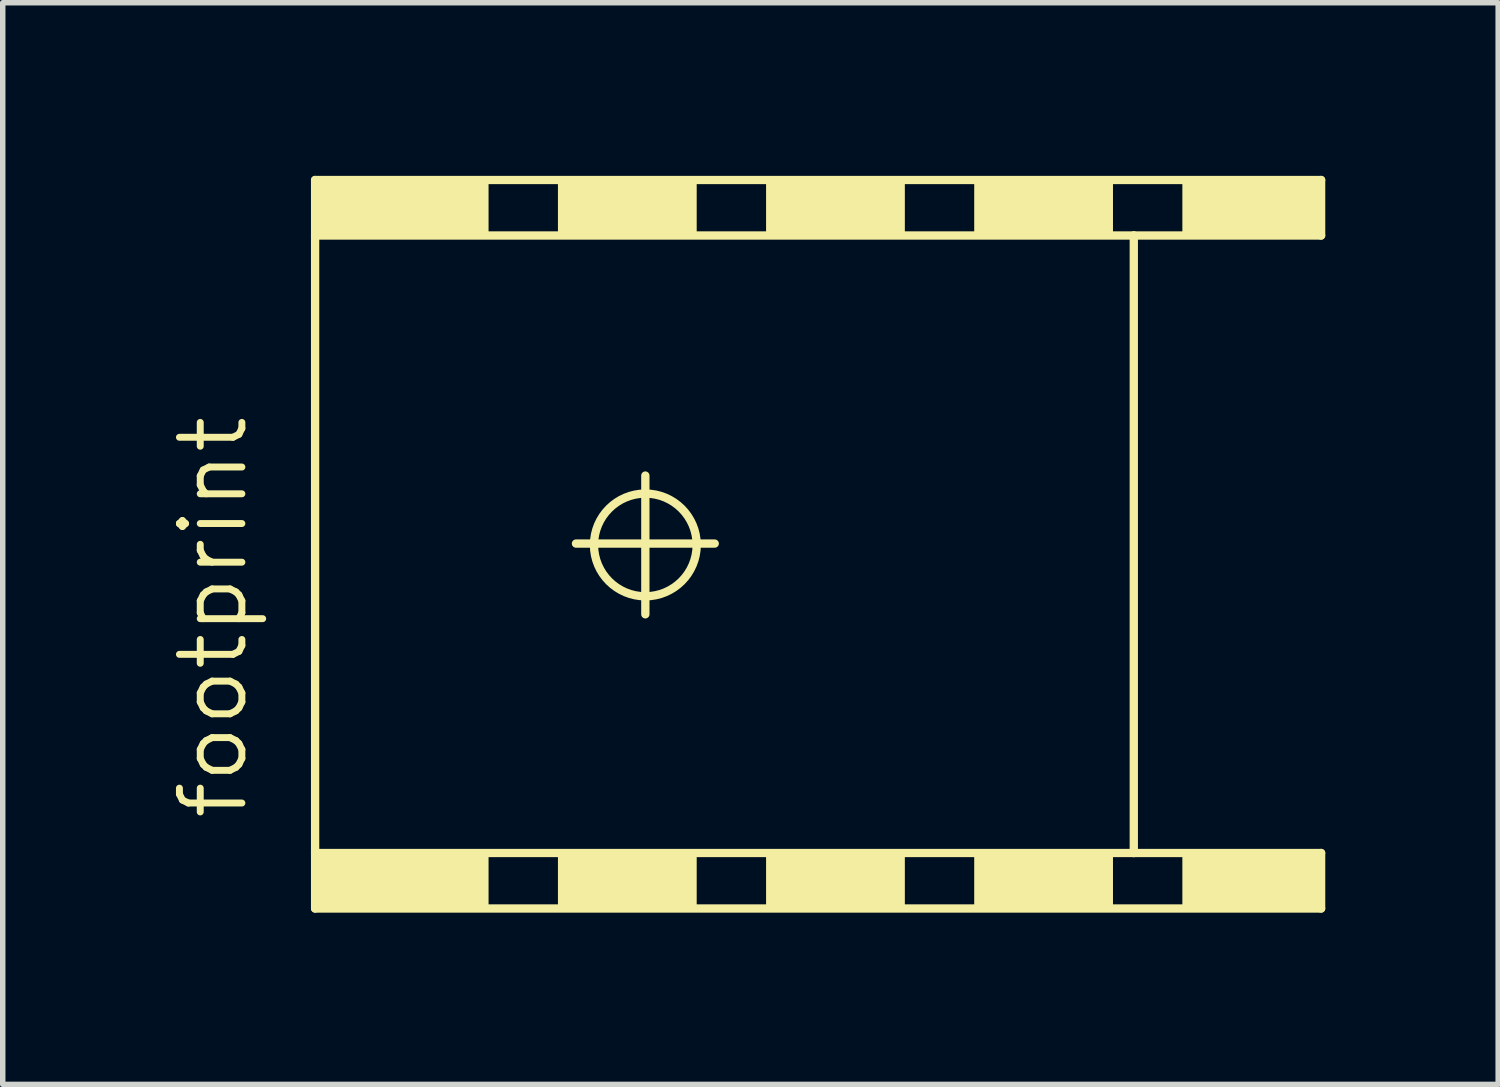
<source format=kicad_pcb>
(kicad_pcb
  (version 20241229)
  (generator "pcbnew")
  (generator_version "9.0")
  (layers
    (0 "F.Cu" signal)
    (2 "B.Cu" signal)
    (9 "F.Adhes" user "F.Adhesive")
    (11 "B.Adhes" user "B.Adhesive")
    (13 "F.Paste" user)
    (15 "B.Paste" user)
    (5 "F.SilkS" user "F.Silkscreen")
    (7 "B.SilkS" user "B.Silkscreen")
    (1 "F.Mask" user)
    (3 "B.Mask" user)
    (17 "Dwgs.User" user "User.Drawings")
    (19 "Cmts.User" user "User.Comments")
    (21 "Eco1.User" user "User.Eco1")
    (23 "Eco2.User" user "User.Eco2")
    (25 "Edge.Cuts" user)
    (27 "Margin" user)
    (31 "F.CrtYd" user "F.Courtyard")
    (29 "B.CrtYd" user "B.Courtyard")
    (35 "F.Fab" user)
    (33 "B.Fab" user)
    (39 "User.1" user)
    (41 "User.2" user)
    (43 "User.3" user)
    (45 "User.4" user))
  (footprint "footprint"
    (layer "F.Cu")
    (at 14.224 6.9)
    (property "Reference" "footprint" (at -12.7 5.105 90) (layer "F.SilkS") (effects (font (size 1.143 1.143) (thickness 0.127)) (justify left bottom)))
    (fp_line (start -11.506 -6.655) (end 6.909 -6.655) (stroke (width 0.152) (type solid)) (layer "F.SilkS"))
    (fp_line (start -11.506 -5.639) (end -11.506 -6.655) (stroke (width 0.152) (type solid)) (layer "F.SilkS"))
    (fp_line (start -11.506 5.664) (end -11.506 -5.639) (stroke (width 0.152) (type solid)) (layer "F.SilkS"))
    (fp_line (start -11.506 6.68) (end -11.506 5.664) (stroke (width 0.152) (type solid)) (layer "F.SilkS"))
    (fp_line (start -11.506 6.68) (end 6.909 6.68) (stroke (width 0.152) (type solid)) (layer "F.SilkS"))
    (fp_line (start -6.731 0) (end -4.191 0) (stroke (width 0.152) (type solid)) (layer "F.SilkS"))
    (fp_line (start -5.461 -1.245) (end -5.461 1.295) (stroke (width 0.152) (type solid)) (layer "F.SilkS"))
    (fp_line (start 3.48 -5.639) (end -11.506 -5.639) (stroke (width 0.152) (type solid)) (layer "F.SilkS"))
    (fp_line (start 3.48 5.664) (end -11.506 5.664) (stroke (width 0.152) (type solid)) (layer "F.SilkS"))
    (fp_line (start 3.48 5.664) (end 3.48 -5.639) (stroke (width 0.152) (type solid)) (layer "F.SilkS"))
    (fp_line (start 6.909 -5.639) (end 3.48 -5.639) (stroke (width 0.152) (type solid)) (layer "F.SilkS"))
    (fp_line (start 6.909 -5.639) (end 6.909 -6.655) (stroke (width 0.152) (type solid)) (layer "F.SilkS"))
    (fp_line (start 6.909 5.664) (end 3.48 5.664) (stroke (width 0.152) (type solid)) (layer "F.SilkS"))
    (fp_line (start 6.909 5.664) (end 6.909 6.68) (stroke (width 0.152) (type solid)) (layer "F.SilkS"))
    (fp_circle (center -5.461 0.025) (end -4.521 0.025) (stroke (width 0.152) (type solid)) (fill no) (layer "F.SilkS"))
    (fp_poly (pts (xy -11.506 -5.639) (xy -8.331 -5.639) (xy -8.331 -6.655) (xy -11.506 -6.655)) (stroke (width 0) (type solid)) (fill yes) (layer "F.SilkS"))
    (fp_poly (pts (xy -11.506 6.68) (xy -8.331 6.68) (xy -8.331 5.664) (xy -11.506 5.664)) (stroke (width 0) (type solid)) (fill yes) (layer "F.SilkS"))
    (fp_poly (pts (xy -7.061 -5.639) (xy -4.521 -5.639) (xy -4.521 -6.655) (xy -7.061 -6.655)) (stroke (width 0) (type solid)) (fill yes) (layer "F.SilkS"))
    (fp_poly (pts (xy -7.061 6.68) (xy -4.521 6.68) (xy -4.521 5.664) (xy -7.061 5.664)) (stroke (width 0) (type solid)) (fill yes) (layer "F.SilkS"))
    (fp_poly (pts (xy -3.251 -5.639) (xy -0.711 -5.639) (xy -0.711 -6.655) (xy -3.251 -6.655)) (stroke (width 0) (type solid)) (fill yes) (layer "F.SilkS"))
    (fp_poly (pts (xy -3.251 6.68) (xy -0.711 6.68) (xy -0.711 5.664) (xy -3.251 5.664)) (stroke (width 0) (type solid)) (fill yes) (layer "F.SilkS"))
    (fp_poly (pts (xy 0.559 -5.639) (xy 3.099 -5.639) (xy 3.099 -6.655) (xy 0.559 -6.655)) (stroke (width 0) (type solid)) (fill yes) (layer "F.SilkS"))
    (fp_poly (pts (xy 0.559 6.68) (xy 3.099 6.68) (xy 3.099 5.664) (xy 0.559 5.664)) (stroke (width 0) (type solid)) (fill yes) (layer "F.SilkS"))
    (fp_poly (pts (xy 4.369 -5.639) (xy 6.909 -5.639) (xy 6.909 -6.655) (xy 4.369 -6.655)) (stroke (width 0) (type solid)) (fill yes) (layer "F.SilkS"))
    (fp_poly (pts (xy 4.369 6.68) (xy 6.909 6.68) (xy 6.909 5.664) (xy 4.369 5.664)) (stroke (width 0) (type solid)) (fill yes) (layer "F.SilkS"))
    (zone (net_name "") (layer "F.Cu") (hatch edge 0.508) (connect_pads) (min_thickness 0.254) (filled_areas_thickness no) (keepout (tracks not_allowed) (vias not_allowed) (pads not_allowed) (copperpour not_allowed) (footprints allowed)) (placement (enabled no)) (fill) (polygon (pts (xy 2.474 13.8) (xy 18.074 13.8) (xy 18.074 0) (xy 2.474 0))))
    (zone (net_name "") (layer "F.Cu") (hatch edge 0.508) (connect_pads) (min_thickness 0.254) (filled_areas_thickness no) (keepout (tracks not_allowed) (vias not_allowed) (pads not_allowed) (copperpour not_allowed) (footprints allowed)) (placement (enabled no)) (fill) (polygon (pts (xy 17.824 1.5) (xy 21.374 1.5) (xy 21.374 0) (xy 17.824 0))))
    (zone (net_name "") (layer "F.Cu") (hatch edge 0.508) (connect_pads) (min_thickness 0.254) (filled_areas_thickness no) (keepout (tracks not_allowed) (vias not_allowed) (pads not_allowed) (copperpour not_allowed) (footprints allowed)) (placement (enabled no)) (fill) (polygon (pts (xy 17.824 13.8) (xy 21.374 13.8) (xy 21.374 12.3) (xy 17.824 12.3))))
    (zone (net_name "") (layers "F.Cu" "B.Cu") (hatch edge 0.508) (connect_pads) (min_thickness 0.254) (filled_areas_thickness no) (keepout (tracks allowed) (vias not_allowed) (pads allowed) (copperpour allowed) (footprints allowed)) (placement (enabled no)) (fill) (polygon (pts (xy 2.474 13.8) (xy 18.074 13.8) (xy 18.074 0) (xy 2.474 0))))
    (zone (net_name "") (layers "F.Cu" "B.Cu") (hatch edge 0.508) (connect_pads) (min_thickness 0.254) (filled_areas_thickness no) (keepout (tracks allowed) (vias not_allowed) (pads allowed) (copperpour allowed) (footprints allowed)) (placement (enabled no)) (fill) (polygon (pts (xy 17.824 1.5) (xy 21.374 1.5) (xy 21.374 0) (xy 17.824 0))))
    (zone (net_name "") (layers "F.Cu" "B.Cu") (hatch edge 0.508) (connect_pads) (min_thickness 0.254) (filled_areas_thickness no) (keepout (tracks allowed) (vias not_allowed) (pads allowed) (copperpour allowed) (footprints allowed)) (placement (enabled no)) (fill) (polygon (pts (xy 17.824 13.8) (xy 21.374 13.8) (xy 21.374 12.3) (xy 17.824 12.3)))))
  (gr_rect
    (start -3 -3)
    (end 24.374 16.8)
    (stroke (width 0.1) (type default))
    (fill no)
    (layer "Edge.Cuts")))
</source>
